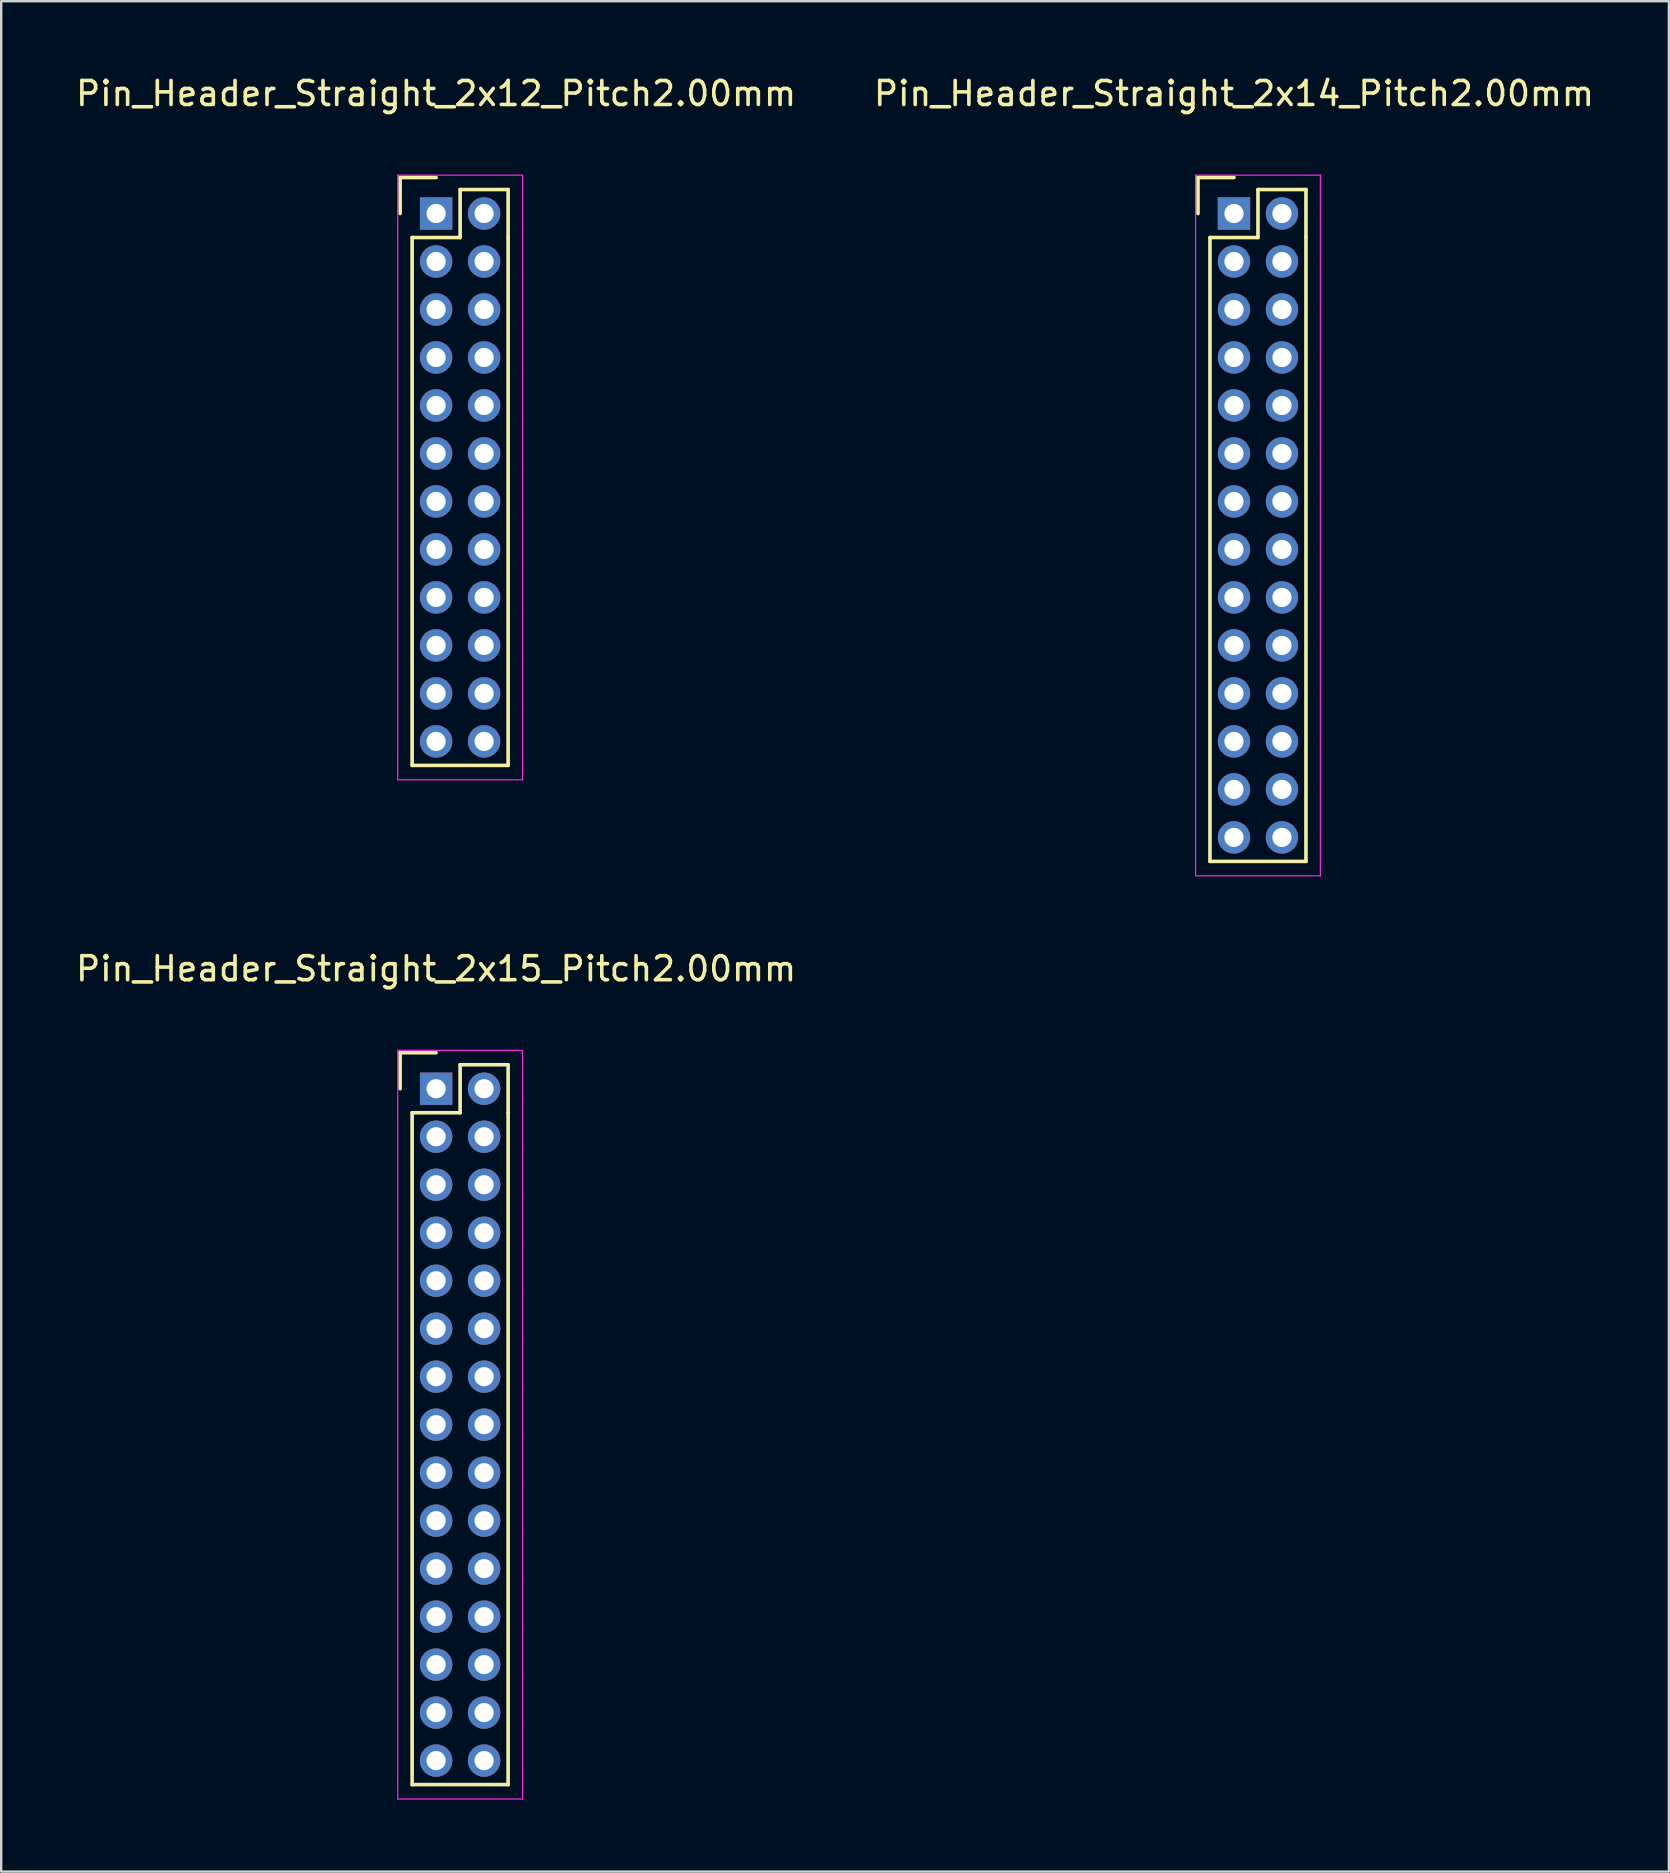
<source format=kicad_pcb>
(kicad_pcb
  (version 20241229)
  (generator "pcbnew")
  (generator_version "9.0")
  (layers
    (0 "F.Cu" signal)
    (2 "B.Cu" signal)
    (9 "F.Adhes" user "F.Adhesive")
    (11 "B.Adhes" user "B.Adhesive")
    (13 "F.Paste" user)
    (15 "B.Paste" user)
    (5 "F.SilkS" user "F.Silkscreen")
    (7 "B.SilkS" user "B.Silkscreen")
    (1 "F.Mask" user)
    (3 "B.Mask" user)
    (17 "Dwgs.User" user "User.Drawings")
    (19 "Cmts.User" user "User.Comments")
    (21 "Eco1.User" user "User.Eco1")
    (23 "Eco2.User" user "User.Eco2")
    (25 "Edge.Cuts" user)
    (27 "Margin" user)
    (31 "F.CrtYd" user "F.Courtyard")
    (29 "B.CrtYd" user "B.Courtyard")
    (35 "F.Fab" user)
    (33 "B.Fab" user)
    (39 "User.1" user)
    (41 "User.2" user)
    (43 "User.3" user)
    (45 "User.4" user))
  (footprint "Pin_Header_Straight_2x14_Pitch2.00mm"
    (layer "F.Cu")
    (at 48.375 5.848)
    (property "Reference" "Pin_Header_Straight_2x14_Pitch2.00mm" (at 0 -5 0) (layer "F.SilkS") (effects (font (size 1 1) (thickness 0.15))))
    (attr through_hole)
    (fp_line (start -1.5 -1.5) (end 0 -1.5) (stroke (width 0.15) (type solid)) (layer "F.SilkS"))
    (fp_line (start -1.5 0) (end -1.5 -1.5) (stroke (width 0.15) (type solid)) (layer "F.SilkS"))
    (fp_line (start -1 1) (end 1 1) (stroke (width 0.15) (type solid)) (layer "F.SilkS"))
    (fp_line (start -1 27) (end -1 1) (stroke (width 0.15) (type solid)) (layer "F.SilkS"))
    (fp_line (start 1 -1) (end 3 -1) (stroke (width 0.15) (type solid)) (layer "F.SilkS"))
    (fp_line (start 1 1) (end 1 -1) (stroke (width 0.15) (type solid)) (layer "F.SilkS"))
    (fp_line (start 3 -1) (end 3 1) (stroke (width 0.15) (type solid)) (layer "F.SilkS"))
    (fp_line (start 3 1) (end 3 27) (stroke (width 0.15) (type solid)) (layer "F.SilkS"))
    (fp_line (start 3 27) (end -1 27) (stroke (width 0.15) (type solid)) (layer "F.SilkS"))
    (fp_line (start -1.6 -1.6) (end 3.6 -1.6) (stroke (width 0.05) (type solid)) (layer "F.CrtYd"))
    (fp_line (start -1.6 27.6) (end -1.6 -1.6) (stroke (width 0.05) (type solid)) (layer "F.CrtYd"))
    (fp_line (start 3.6 -1.6) (end 3.6 27.6) (stroke (width 0.05) (type solid)) (layer "F.CrtYd"))
    (fp_line (start 3.6 27.6) (end -1.6 27.6) (stroke (width 0.05) (type solid)) (layer "F.CrtYd"))
    (pad "1" thru_hole rect (at 0 0) (size 1.35 1.35) (drill 0.8) (layers "*.Cu" "*.Mask"))
    (pad "2" thru_hole circle (at 2 0) (size 1.35 1.35) (drill 0.8) (layers "*.Cu" "*.Mask"))
    (pad "3" thru_hole circle (at 0 2) (size 1.35 1.35) (drill 0.8) (layers "*.Cu" "*.Mask"))
    (pad "4" thru_hole circle (at 2 2) (size 1.35 1.35) (drill 0.8) (layers "*.Cu" "*.Mask"))
    (pad "5" thru_hole circle (at 0 4) (size 1.35 1.35) (drill 0.8) (layers "*.Cu" "*.Mask"))
    (pad "6" thru_hole circle (at 2 4) (size 1.35 1.35) (drill 0.8) (layers "*.Cu" "*.Mask"))
    (pad "7" thru_hole circle (at 0 6) (size 1.35 1.35) (drill 0.8) (layers "*.Cu" "*.Mask"))
    (pad "8" thru_hole circle (at 2 6) (size 1.35 1.35) (drill 0.8) (layers "*.Cu" "*.Mask"))
    (pad "9" thru_hole circle (at 0 8) (size 1.35 1.35) (drill 0.8) (layers "*.Cu" "*.Mask"))
    (pad "10" thru_hole circle (at 2 8) (size 1.35 1.35) (drill 0.8) (layers "*.Cu" "*.Mask"))
    (pad "11" thru_hole circle (at 0 10) (size 1.35 1.35) (drill 0.8) (layers "*.Cu" "*.Mask"))
    (pad "12" thru_hole circle (at 2 10) (size 1.35 1.35) (drill 0.8) (layers "*.Cu" "*.Mask"))
    (pad "13" thru_hole circle (at 0 12) (size 1.35 1.35) (drill 0.8) (layers "*.Cu" "*.Mask"))
    (pad "14" thru_hole circle (at 2 12) (size 1.35 1.35) (drill 0.8) (layers "*.Cu" "*.Mask"))
    (pad "15" thru_hole circle (at 0 14) (size 1.35 1.35) (drill 0.8) (layers "*.Cu" "*.Mask"))
    (pad "16" thru_hole circle (at 2 14) (size 1.35 1.35) (drill 0.8) (layers "*.Cu" "*.Mask"))
    (pad "17" thru_hole circle (at 0 16) (size 1.35 1.35) (drill 0.8) (layers "*.Cu" "*.Mask"))
    (pad "18" thru_hole circle (at 2 16) (size 1.35 1.35) (drill 0.8) (layers "*.Cu" "*.Mask"))
    (pad "19" thru_hole circle (at 0 18) (size 1.35 1.35) (drill 0.8) (layers "*.Cu" "*.Mask"))
    (pad "20" thru_hole circle (at 2 18) (size 1.35 1.35) (drill 0.8) (layers "*.Cu" "*.Mask"))
    (pad "21" thru_hole circle (at 0 20) (size 1.35 1.35) (drill 0.8) (layers "*.Cu" "*.Mask"))
    (pad "22" thru_hole circle (at 2 20) (size 1.35 1.35) (drill 0.8) (layers "*.Cu" "*.Mask"))
    (pad "23" thru_hole circle (at 0 22) (size 1.35 1.35) (drill 0.8) (layers "*.Cu" "*.Mask"))
    (pad "24" thru_hole circle (at 2 22) (size 1.35 1.35) (drill 0.8) (layers "*.Cu" "*.Mask"))
    (pad "25" thru_hole circle (at 0 24) (size 1.35 1.35) (drill 0.8) (layers "*.Cu" "*.Mask"))
    (pad "26" thru_hole circle (at 2 24) (size 1.35 1.35) (drill 0.8) (layers "*.Cu" "*.Mask"))
    (pad "27" thru_hole circle (at 0 26) (size 1.35 1.35) (drill 0.8) (layers "*.Cu" "*.Mask"))
    (pad "28" thru_hole circle (at 2 26) (size 1.35 1.35) (drill 0.8) (layers "*.Cu" "*.Mask")))
  (footprint "Pin_Header_Straight_2x12_Pitch2.00mm"
    (layer "F.Cu")
    (at 15.125 5.848)
    (property "Reference" "Pin_Header_Straight_2x12_Pitch2.00mm" (at 0 -5 0) (layer "F.SilkS") (effects (font (size 1 1) (thickness 0.15))))
    (attr through_hole)
    (fp_line (start -1.5 -1.5) (end 0 -1.5) (stroke (width 0.15) (type solid)) (layer "F.SilkS"))
    (fp_line (start -1.5 0) (end -1.5 -1.5) (stroke (width 0.15) (type solid)) (layer "F.SilkS"))
    (fp_line (start -1 1) (end 1 1) (stroke (width 0.15) (type solid)) (layer "F.SilkS"))
    (fp_line (start -1 23) (end -1 1) (stroke (width 0.15) (type solid)) (layer "F.SilkS"))
    (fp_line (start 1 -1) (end 3 -1) (stroke (width 0.15) (type solid)) (layer "F.SilkS"))
    (fp_line (start 1 1) (end 1 -1) (stroke (width 0.15) (type solid)) (layer "F.SilkS"))
    (fp_line (start 3 -1) (end 3 1) (stroke (width 0.15) (type solid)) (layer "F.SilkS"))
    (fp_line (start 3 1) (end 3 23) (stroke (width 0.15) (type solid)) (layer "F.SilkS"))
    (fp_line (start 3 23) (end -1 23) (stroke (width 0.15) (type solid)) (layer "F.SilkS"))
    (fp_line (start -1.6 -1.6) (end 3.6 -1.6) (stroke (width 0.05) (type solid)) (layer "F.CrtYd"))
    (fp_line (start -1.6 23.6) (end -1.6 -1.6) (stroke (width 0.05) (type solid)) (layer "F.CrtYd"))
    (fp_line (start 3.6 -1.6) (end 3.6 23.6) (stroke (width 0.05) (type solid)) (layer "F.CrtYd"))
    (fp_line (start 3.6 23.6) (end -1.6 23.6) (stroke (width 0.05) (type solid)) (layer "F.CrtYd"))
    (pad "1" thru_hole rect (at 0 0) (size 1.35 1.35) (drill 0.8) (layers "*.Cu" "*.Mask"))
    (pad "2" thru_hole circle (at 2 0) (size 1.35 1.35) (drill 0.8) (layers "*.Cu" "*.Mask"))
    (pad "3" thru_hole circle (at 0 2) (size 1.35 1.35) (drill 0.8) (layers "*.Cu" "*.Mask"))
    (pad "4" thru_hole circle (at 2 2) (size 1.35 1.35) (drill 0.8) (layers "*.Cu" "*.Mask"))
    (pad "5" thru_hole circle (at 0 4) (size 1.35 1.35) (drill 0.8) (layers "*.Cu" "*.Mask"))
    (pad "6" thru_hole circle (at 2 4) (size 1.35 1.35) (drill 0.8) (layers "*.Cu" "*.Mask"))
    (pad "7" thru_hole circle (at 0 6) (size 1.35 1.35) (drill 0.8) (layers "*.Cu" "*.Mask"))
    (pad "8" thru_hole circle (at 2 6) (size 1.35 1.35) (drill 0.8) (layers "*.Cu" "*.Mask"))
    (pad "9" thru_hole circle (at 0 8) (size 1.35 1.35) (drill 0.8) (layers "*.Cu" "*.Mask"))
    (pad "10" thru_hole circle (at 2 8) (size 1.35 1.35) (drill 0.8) (layers "*.Cu" "*.Mask"))
    (pad "11" thru_hole circle (at 0 10) (size 1.35 1.35) (drill 0.8) (layers "*.Cu" "*.Mask"))
    (pad "12" thru_hole circle (at 2 10) (size 1.35 1.35) (drill 0.8) (layers "*.Cu" "*.Mask"))
    (pad "13" thru_hole circle (at 0 12) (size 1.35 1.35) (drill 0.8) (layers "*.Cu" "*.Mask"))
    (pad "14" thru_hole circle (at 2 12) (size 1.35 1.35) (drill 0.8) (layers "*.Cu" "*.Mask"))
    (pad "15" thru_hole circle (at 0 14) (size 1.35 1.35) (drill 0.8) (layers "*.Cu" "*.Mask"))
    (pad "16" thru_hole circle (at 2 14) (size 1.35 1.35) (drill 0.8) (layers "*.Cu" "*.Mask"))
    (pad "17" thru_hole circle (at 0 16) (size 1.35 1.35) (drill 0.8) (layers "*.Cu" "*.Mask"))
    (pad "18" thru_hole circle (at 2 16) (size 1.35 1.35) (drill 0.8) (layers "*.Cu" "*.Mask"))
    (pad "19" thru_hole circle (at 0 18) (size 1.35 1.35) (drill 0.8) (layers "*.Cu" "*.Mask"))
    (pad "20" thru_hole circle (at 2 18) (size 1.35 1.35) (drill 0.8) (layers "*.Cu" "*.Mask"))
    (pad "21" thru_hole circle (at 0 20) (size 1.35 1.35) (drill 0.8) (layers "*.Cu" "*.Mask"))
    (pad "22" thru_hole circle (at 2 20) (size 1.35 1.35) (drill 0.8) (layers "*.Cu" "*.Mask"))
    (pad "23" thru_hole circle (at 0 22) (size 1.35 1.35) (drill 0.8) (layers "*.Cu" "*.Mask"))
    (pad "24" thru_hole circle (at 2 22) (size 1.35 1.35) (drill 0.8) (layers "*.Cu" "*.Mask")))
  (footprint "Pin_Header_Straight_2x15_Pitch2.00mm"
    (layer "F.Cu")
    (at 15.125 42.322)
    (property "Reference" "Pin_Header_Straight_2x15_Pitch2.00mm" (at 0 -5 0) (layer "F.SilkS") (effects (font (size 1 1) (thickness 0.15))))
    (attr through_hole)
    (fp_line (start -1.5 -1.5) (end 0 -1.5) (stroke (width 0.15) (type solid)) (layer "F.SilkS"))
    (fp_line (start -1.5 0) (end -1.5 -1.5) (stroke (width 0.15) (type solid)) (layer "F.SilkS"))
    (fp_line (start -1 1) (end 1 1) (stroke (width 0.15) (type solid)) (layer "F.SilkS"))
    (fp_line (start -1 29) (end -1 1) (stroke (width 0.15) (type solid)) (layer "F.SilkS"))
    (fp_line (start 1 -1) (end 3 -1) (stroke (width 0.15) (type solid)) (layer "F.SilkS"))
    (fp_line (start 1 1) (end 1 -1) (stroke (width 0.15) (type solid)) (layer "F.SilkS"))
    (fp_line (start 3 -1) (end 3 1) (stroke (width 0.15) (type solid)) (layer "F.SilkS"))
    (fp_line (start 3 1) (end 3 29) (stroke (width 0.15) (type solid)) (layer "F.SilkS"))
    (fp_line (start 3 29) (end -1 29) (stroke (width 0.15) (type solid)) (layer "F.SilkS"))
    (fp_line (start -1.6 -1.6) (end 3.6 -1.6) (stroke (width 0.05) (type solid)) (layer "F.CrtYd"))
    (fp_line (start -1.6 29.6) (end -1.6 -1.6) (stroke (width 0.05) (type solid)) (layer "F.CrtYd"))
    (fp_line (start 3.6 -1.6) (end 3.6 29.6) (stroke (width 0.05) (type solid)) (layer "F.CrtYd"))
    (fp_line (start 3.6 29.6) (end -1.6 29.6) (stroke (width 0.05) (type solid)) (layer "F.CrtYd"))
    (pad "1" thru_hole rect (at 0 0) (size 1.35 1.35) (drill 0.8) (layers "*.Cu" "*.Mask"))
    (pad "2" thru_hole circle (at 2 0) (size 1.35 1.35) (drill 0.8) (layers "*.Cu" "*.Mask"))
    (pad "3" thru_hole circle (at 0 2) (size 1.35 1.35) (drill 0.8) (layers "*.Cu" "*.Mask"))
    (pad "4" thru_hole circle (at 2 2) (size 1.35 1.35) (drill 0.8) (layers "*.Cu" "*.Mask"))
    (pad "5" thru_hole circle (at 0 4) (size 1.35 1.35) (drill 0.8) (layers "*.Cu" "*.Mask"))
    (pad "6" thru_hole circle (at 2 4) (size 1.35 1.35) (drill 0.8) (layers "*.Cu" "*.Mask"))
    (pad "7" thru_hole circle (at 0 6) (size 1.35 1.35) (drill 0.8) (layers "*.Cu" "*.Mask"))
    (pad "8" thru_hole circle (at 2 6) (size 1.35 1.35) (drill 0.8) (layers "*.Cu" "*.Mask"))
    (pad "9" thru_hole circle (at 0 8) (size 1.35 1.35) (drill 0.8) (layers "*.Cu" "*.Mask"))
    (pad "10" thru_hole circle (at 2 8) (size 1.35 1.35) (drill 0.8) (layers "*.Cu" "*.Mask"))
    (pad "11" thru_hole circle (at 0 10) (size 1.35 1.35) (drill 0.8) (layers "*.Cu" "*.Mask"))
    (pad "12" thru_hole circle (at 2 10) (size 1.35 1.35) (drill 0.8) (layers "*.Cu" "*.Mask"))
    (pad "13" thru_hole circle (at 0 12) (size 1.35 1.35) (drill 0.8) (layers "*.Cu" "*.Mask"))
    (pad "14" thru_hole circle (at 2 12) (size 1.35 1.35) (drill 0.8) (layers "*.Cu" "*.Mask"))
    (pad "15" thru_hole circle (at 0 14) (size 1.35 1.35) (drill 0.8) (layers "*.Cu" "*.Mask"))
    (pad "16" thru_hole circle (at 2 14) (size 1.35 1.35) (drill 0.8) (layers "*.Cu" "*.Mask"))
    (pad "17" thru_hole circle (at 0 16) (size 1.35 1.35) (drill 0.8) (layers "*.Cu" "*.Mask"))
    (pad "18" thru_hole circle (at 2 16) (size 1.35 1.35) (drill 0.8) (layers "*.Cu" "*.Mask"))
    (pad "19" thru_hole circle (at 0 18) (size 1.35 1.35) (drill 0.8) (layers "*.Cu" "*.Mask"))
    (pad "20" thru_hole circle (at 2 18) (size 1.35 1.35) (drill 0.8) (layers "*.Cu" "*.Mask"))
    (pad "21" thru_hole circle (at 0 20) (size 1.35 1.35) (drill 0.8) (layers "*.Cu" "*.Mask"))
    (pad "22" thru_hole circle (at 2 20) (size 1.35 1.35) (drill 0.8) (layers "*.Cu" "*.Mask"))
    (pad "23" thru_hole circle (at 0 22) (size 1.35 1.35) (drill 0.8) (layers "*.Cu" "*.Mask"))
    (pad "24" thru_hole circle (at 2 22) (size 1.35 1.35) (drill 0.8) (layers "*.Cu" "*.Mask"))
    (pad "25" thru_hole circle (at 0 24) (size 1.35 1.35) (drill 0.8) (layers "*.Cu" "*.Mask"))
    (pad "26" thru_hole circle (at 2 24) (size 1.35 1.35) (drill 0.8) (layers "*.Cu" "*.Mask"))
    (pad "27" thru_hole circle (at 0 26) (size 1.35 1.35) (drill 0.8) (layers "*.Cu" "*.Mask"))
    (pad "28" thru_hole circle (at 2 26) (size 1.35 1.35) (drill 0.8) (layers "*.Cu" "*.Mask"))
    (pad "29" thru_hole circle (at 0 28) (size 1.35 1.35) (drill 0.8) (layers "*.Cu" "*.Mask"))
    (pad "30" thru_hole circle (at 2 28) (size 1.35 1.35) (drill 0.8) (layers "*.Cu" "*.Mask")))
  (gr_rect
    (start -3 -3)
    (end 66.5 74.947)
    (stroke (width 0.1) (type default))
    (fill no)
    (layer "Edge.Cuts")))
</source>
